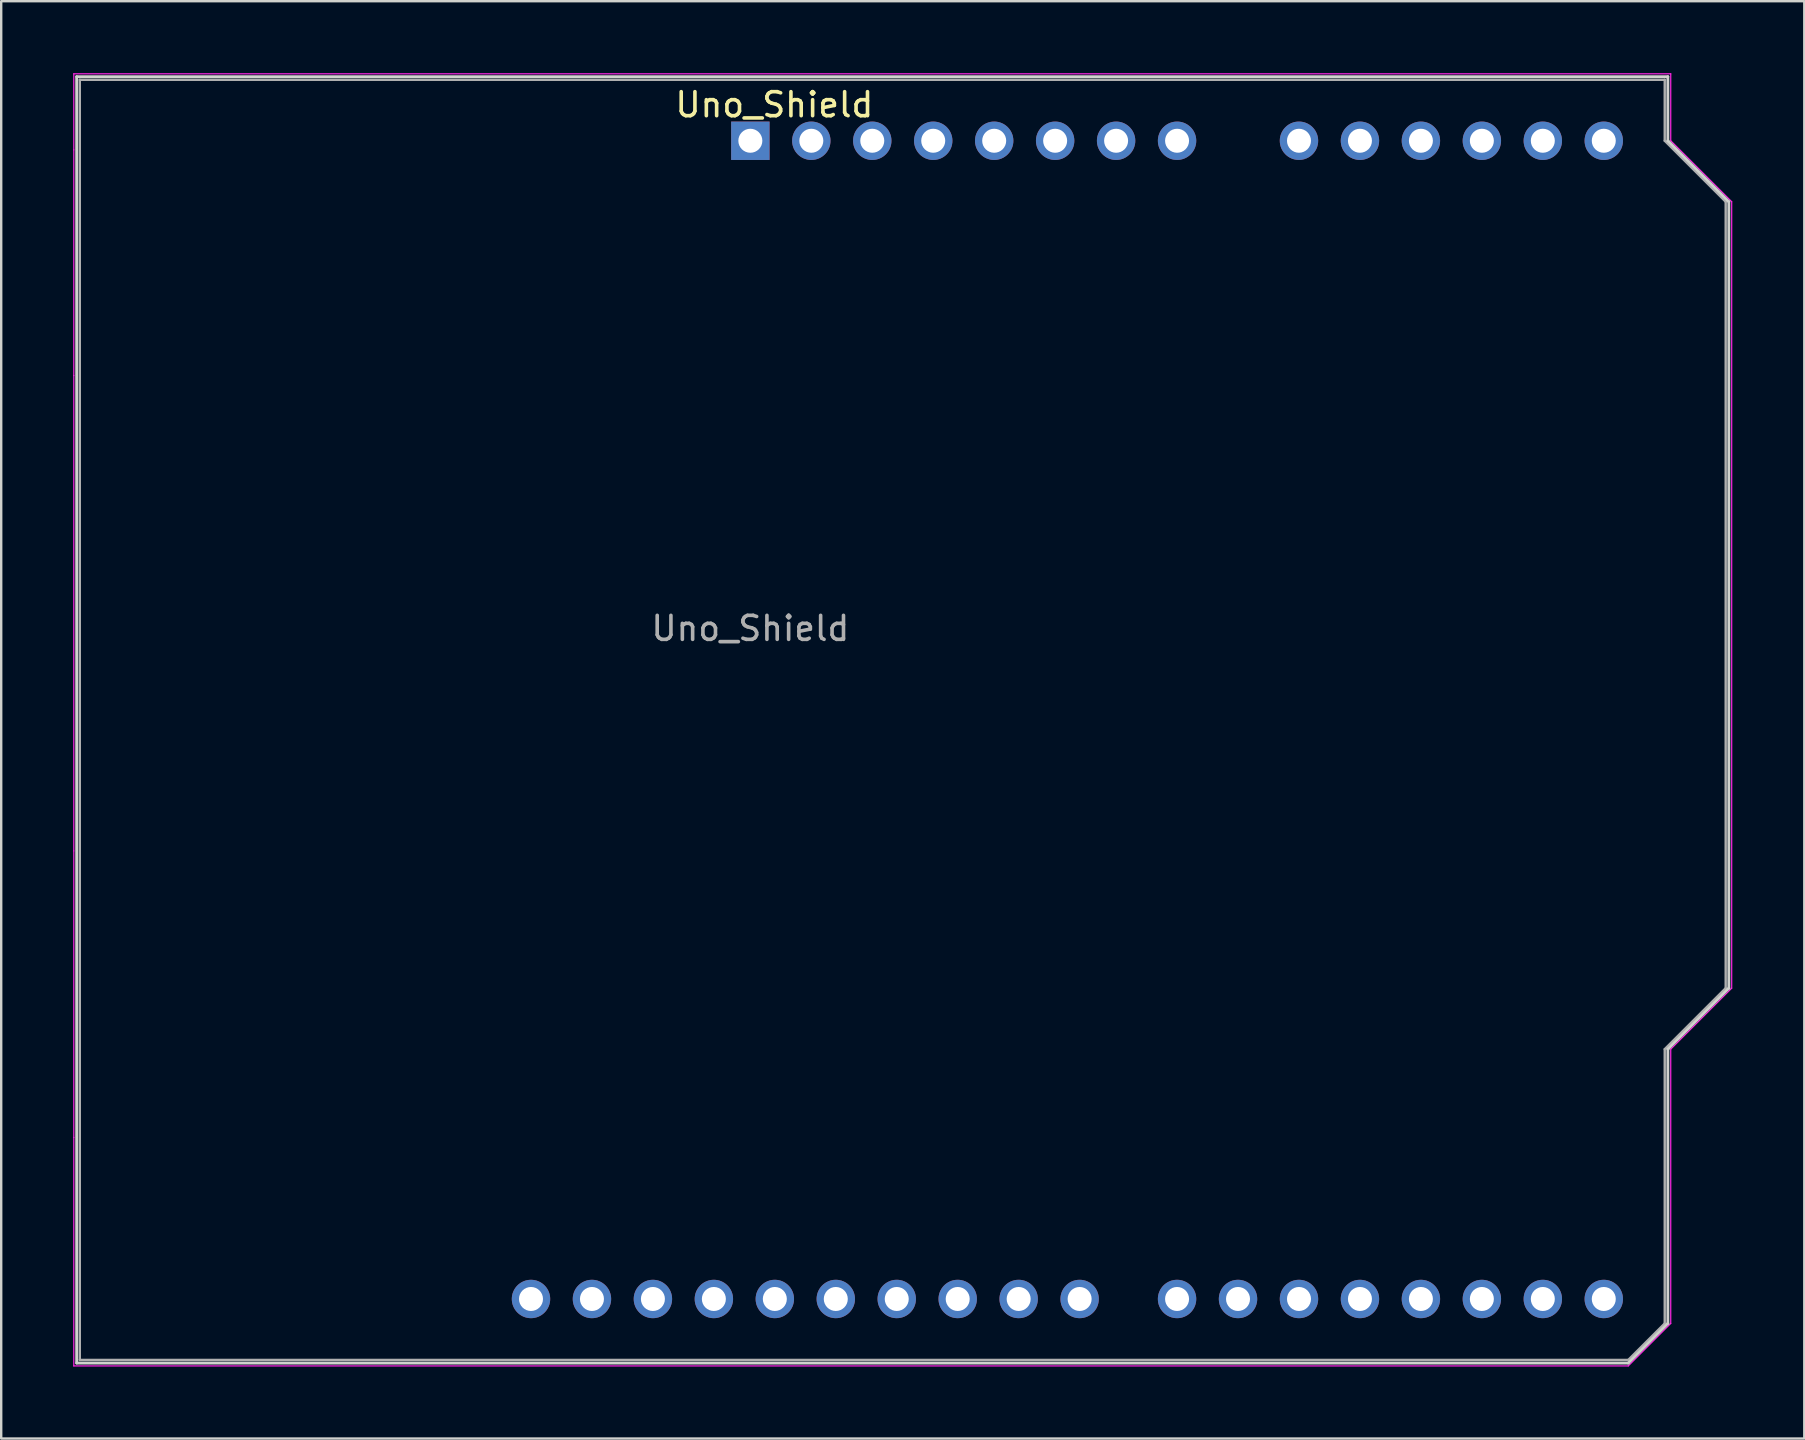
<source format=kicad_pcb>
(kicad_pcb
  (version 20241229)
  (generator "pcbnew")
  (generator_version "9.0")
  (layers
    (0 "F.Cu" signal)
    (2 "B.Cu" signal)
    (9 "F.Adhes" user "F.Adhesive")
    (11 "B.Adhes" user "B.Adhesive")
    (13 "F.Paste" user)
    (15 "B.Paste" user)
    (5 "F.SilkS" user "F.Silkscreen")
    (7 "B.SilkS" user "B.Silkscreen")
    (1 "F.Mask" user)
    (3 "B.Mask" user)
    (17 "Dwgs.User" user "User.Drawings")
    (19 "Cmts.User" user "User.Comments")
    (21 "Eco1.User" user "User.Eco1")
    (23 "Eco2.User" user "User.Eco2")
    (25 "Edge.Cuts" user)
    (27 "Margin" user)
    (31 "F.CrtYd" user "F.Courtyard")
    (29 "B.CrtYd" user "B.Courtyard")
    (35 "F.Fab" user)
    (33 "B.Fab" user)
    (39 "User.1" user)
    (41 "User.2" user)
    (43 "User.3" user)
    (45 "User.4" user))
  (footprint "Uno_Shield"
    (layer "F.Cu")
    (at 28.215 2.815)
    (property "Reference" "Uno_Shield" (at 1 -1.5 0) (layer "F.SilkS") (effects (font (size 1 1) (thickness 0.15))))
    (attr through_hole allow_missing_courtyard)
    (fp_line (start -28.07 -2.67) (end -28.07 50.93) (stroke (width 0.12) (type solid)) (layer "Edge.Cuts"))
    (fp_line (start -28.07 50.93) (end 36.58 50.93) (stroke (width 0.12) (type solid)) (layer "Edge.Cuts"))
    (fp_line (start 36.58 50.93) (end 38.23 49.28) (stroke (width 0.12) (type solid)) (layer "Edge.Cuts"))
    (fp_line (start 38.23 -2.67) (end -28.07 -2.67) (stroke (width 0.12) (type solid)) (layer "Edge.Cuts"))
    (fp_line (start 38.23 0) (end 38.23 -2.67) (stroke (width 0.12) (type solid)) (layer "Edge.Cuts"))
    (fp_line (start 38.23 37.85) (end 40.77 35.31) (stroke (width 0.12) (type solid)) (layer "Edge.Cuts"))
    (fp_line (start 38.23 49.28) (end 38.23 37.85) (stroke (width 0.12) (type solid)) (layer "Edge.Cuts"))
    (fp_line (start 40.77 2.54) (end 38.23 0) (stroke (width 0.12) (type solid)) (layer "Edge.Cuts"))
    (fp_line (start 40.77 35.31) (end 40.77 2.54) (stroke (width 0.12) (type solid)) (layer "Edge.Cuts"))
    (fp_line (start -28.19 -2.79) (end 38.35 -2.79) (stroke (width 0.05) (type solid)) (layer "F.CrtYd"))
    (fp_line (start -28.19 0.38) (end -28.19 -2.79) (stroke (width 0.05) (type solid)) (layer "F.CrtYd"))
    (fp_line (start -28.19 9.78) (end -28.19 0.38) (stroke (width 0.05) (type solid)) (layer "F.CrtYd"))
    (fp_line (start -28.19 29.59) (end -28.19 9.78) (stroke (width 0.05) (type solid)) (layer "F.CrtYd"))
    (fp_line (start -28.19 41.53) (end -28.19 29.59) (stroke (width 0.05) (type solid)) (layer "F.CrtYd"))
    (fp_line (start -28.19 51.05) (end -28.19 41.53) (stroke (width 0.05) (type solid)) (layer "F.CrtYd"))
    (fp_line (start 36.58 51.05) (end -28.19 51.05) (stroke (width 0.05) (type solid)) (layer "F.CrtYd"))
    (fp_line (start 38.35 -2.79) (end 38.35 0) (stroke (width 0.05) (type solid)) (layer "F.CrtYd"))
    (fp_line (start 38.35 0) (end 40.89 2.54) (stroke (width 0.05) (type solid)) (layer "F.CrtYd"))
    (fp_line (start 38.35 37.85) (end 38.35 49.28) (stroke (width 0.05) (type solid)) (layer "F.CrtYd"))
    (fp_line (start 38.35 49.28) (end 36.58 51.05) (stroke (width 0.05) (type solid)) (layer "F.CrtYd"))
    (fp_line (start 40.89 2.54) (end 40.89 35.31) (stroke (width 0.05) (type solid)) (layer "F.CrtYd"))
    (fp_line (start 40.89 35.31) (end 38.35 37.85) (stroke (width 0.05) (type solid)) (layer "F.CrtYd"))
    (fp_line (start -27.94 -2.54) (end 38.1 -2.54) (stroke (width 0.1) (type solid)) (layer "F.Fab"))
    (fp_line (start -27.94 50.8) (end -27.94 -2.54) (stroke (width 0.1) (type solid)) (layer "F.Fab"))
    (fp_line (start 36.58 50.8) (end -27.94 50.8) (stroke (width 0.1) (type solid)) (layer "F.Fab"))
    (fp_line (start 38.1 -2.54) (end 38.1 0) (stroke (width 0.1) (type solid)) (layer "F.Fab"))
    (fp_line (start 38.1 0) (end 40.64 2.54) (stroke (width 0.1) (type solid)) (layer "F.Fab"))
    (fp_line (start 38.1 37.85) (end 38.1 49.28) (stroke (width 0.1) (type solid)) (layer "F.Fab"))
    (fp_line (start 38.1 49.28) (end 36.58 50.8) (stroke (width 0.1) (type solid)) (layer "F.Fab"))
    (fp_line (start 40.64 2.54) (end 40.64 35.31) (stroke (width 0.1) (type solid)) (layer "F.Fab"))
    (fp_line (start 40.64 35.31) (end 38.1 37.85) (stroke (width 0.1) (type solid)) (layer "F.Fab"))
    (fp_text user "${REFERENCE}" (at 0 20.32 0) (layer "F.Fab") (effects (font (size 1 1) (thickness 0.15))))
    (pad "1" thru_hole rect (at 0 0 90) (size 1.6 1.6) (drill 1) (layers "*.Cu" "*.Mask"))
    (pad "2" thru_hole oval (at 2.54 0 90) (size 1.6 1.6) (drill 1) (layers "*.Cu" "*.Mask"))
    (pad "3" thru_hole oval (at 5.08 0 90) (size 1.6 1.6) (drill 1) (layers "*.Cu" "*.Mask"))
    (pad "4" thru_hole oval (at 7.62 0 90) (size 1.6 1.6) (drill 1) (layers "*.Cu" "*.Mask"))
    (pad "5" thru_hole oval (at 10.16 0 90) (size 1.6 1.6) (drill 1) (layers "*.Cu" "*.Mask"))
    (pad "6" thru_hole oval (at 12.7 0 90) (size 1.6 1.6) (drill 1) (layers "*.Cu" "*.Mask"))
    (pad "7" thru_hole oval (at 15.24 0 90) (size 1.6 1.6) (drill 1) (layers "*.Cu" "*.Mask"))
    (pad "8" thru_hole oval (at 17.78 0 90) (size 1.6 1.6) (drill 1) (layers "*.Cu" "*.Mask"))
    (pad "9" thru_hole oval (at 22.86 0 90) (size 1.6 1.6) (drill 1) (layers "*.Cu" "*.Mask"))
    (pad "10" thru_hole oval (at 25.4 0 90) (size 1.6 1.6) (drill 1) (layers "*.Cu" "*.Mask"))
    (pad "11" thru_hole oval (at 27.94 0 90) (size 1.6 1.6) (drill 1) (layers "*.Cu" "*.Mask"))
    (pad "12" thru_hole oval (at 30.48 0 90) (size 1.6 1.6) (drill 1) (layers "*.Cu" "*.Mask"))
    (pad "13" thru_hole oval (at 33.02 0 90) (size 1.6 1.6) (drill 1) (layers "*.Cu" "*.Mask"))
    (pad "14" thru_hole oval (at 35.56 0 90) (size 1.6 1.6) (drill 1) (layers "*.Cu" "*.Mask"))
    (pad "15" thru_hole oval (at 35.56 48.26 90) (size 1.6 1.6) (drill 1) (layers "*.Cu" "*.Mask"))
    (pad "16" thru_hole oval (at 33.02 48.26 90) (size 1.6 1.6) (drill 1) (layers "*.Cu" "*.Mask"))
    (pad "17" thru_hole oval (at 30.48 48.26 90) (size 1.6 1.6) (drill 1) (layers "*.Cu" "*.Mask"))
    (pad "18" thru_hole oval (at 27.94 48.26 90) (size 1.6 1.6) (drill 1) (layers "*.Cu" "*.Mask"))
    (pad "19" thru_hole oval (at 25.4 48.26 90) (size 1.6 1.6) (drill 1) (layers "*.Cu" "*.Mask"))
    (pad "20" thru_hole oval (at 22.86 48.26 90) (size 1.6 1.6) (drill 1) (layers "*.Cu" "*.Mask"))
    (pad "21" thru_hole oval (at 20.32 48.26 90) (size 1.6 1.6) (drill 1) (layers "*.Cu" "*.Mask"))
    (pad "22" thru_hole oval (at 17.78 48.26 90) (size 1.6 1.6) (drill 1) (layers "*.Cu" "*.Mask"))
    (pad "23" thru_hole oval (at 13.72 48.26 90) (size 1.6 1.6) (drill 1) (layers "*.Cu" "*.Mask"))
    (pad "24" thru_hole oval (at 11.18 48.26 90) (size 1.6 1.6) (drill 1) (layers "*.Cu" "*.Mask"))
    (pad "25" thru_hole oval (at 8.64 48.26 90) (size 1.6 1.6) (drill 1) (layers "*.Cu" "*.Mask"))
    (pad "26" thru_hole oval (at 6.1 48.26 90) (size 1.6 1.6) (drill 1) (layers "*.Cu" "*.Mask"))
    (pad "27" thru_hole oval (at 3.56 48.26 90) (size 1.6 1.6) (drill 1) (layers "*.Cu" "*.Mask"))
    (pad "28" thru_hole oval (at 1.02 48.26 90) (size 1.6 1.6) (drill 1) (layers "*.Cu" "*.Mask"))
    (pad "29" thru_hole oval (at -1.52 48.26 90) (size 1.6 1.6) (drill 1) (layers "*.Cu" "*.Mask"))
    (pad "30" thru_hole oval (at -4.06 48.26 90) (size 1.6 1.6) (drill 1) (layers "*.Cu" "*.Mask"))
    (pad "31" thru_hole oval (at -6.6 48.26 90) (size 1.6 1.6) (drill 1) (layers "*.Cu" "*.Mask"))
    (pad "32" thru_hole oval (at -9.14 48.26 90) (size 1.6 1.6) (drill 1) (layers "*.Cu" "*.Mask")))
  (gr_rect
    (start -3 -3)
    (end 72.13 56.89)
    (stroke (width 0.1) (type default))
    (fill no)
    (layer "Edge.Cuts")))
</source>
